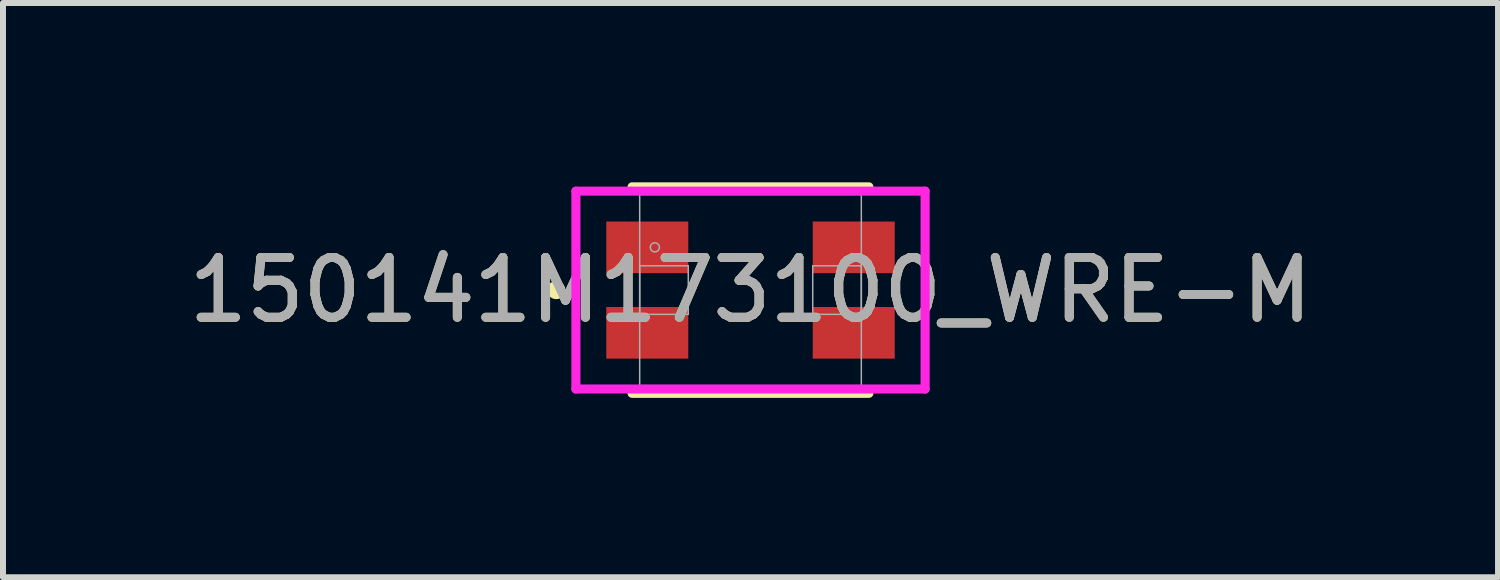
<source format=kicad_pcb>
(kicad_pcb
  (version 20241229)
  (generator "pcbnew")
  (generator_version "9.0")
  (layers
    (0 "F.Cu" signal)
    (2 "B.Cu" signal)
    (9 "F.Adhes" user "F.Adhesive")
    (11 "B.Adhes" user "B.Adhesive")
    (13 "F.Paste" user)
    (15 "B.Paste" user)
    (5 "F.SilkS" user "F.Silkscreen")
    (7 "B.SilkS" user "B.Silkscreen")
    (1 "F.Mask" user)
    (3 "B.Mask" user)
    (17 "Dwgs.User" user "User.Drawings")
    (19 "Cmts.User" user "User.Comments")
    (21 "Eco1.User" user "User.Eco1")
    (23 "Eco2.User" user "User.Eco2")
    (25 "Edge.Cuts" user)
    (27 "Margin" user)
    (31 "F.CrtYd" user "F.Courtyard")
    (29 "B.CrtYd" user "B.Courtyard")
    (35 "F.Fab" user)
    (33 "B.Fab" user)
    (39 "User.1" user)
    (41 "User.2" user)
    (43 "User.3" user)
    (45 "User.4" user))
  (footprint "150141M173100_WRE-M"
    (layer "F.Cu")
    (at 9.506 1.803)
    (property "Reference" "150141M173100_WRE-M" (at 0 0 0) (unlocked yes) (layer "F.SilkS") (effects (font (size 1 1) (thickness 0.15))))
    (attr smd)
    (fp_line (start -1.981 1.727) (end 1.981 1.727) (stroke (width 0.152) (type solid)) (layer "F.SilkS"))
    (fp_line (start 1.981 -1.727) (end -1.981 -1.727) (stroke (width 0.152) (type solid)) (layer "F.SilkS"))
    (fp_circle (center -3.251 0) (end -3.175 0) (stroke (width 0.152) (type solid)) (fill no) (layer "F.SilkS"))
    (fp_line (start -2.921 -1.655) (end 2.921 -1.655) (stroke (width 0.152) (type solid)) (layer "F.CrtYd"))
    (fp_line (start -2.921 1.655) (end -2.921 -1.655) (stroke (width 0.152) (type solid)) (layer "F.CrtYd"))
    (fp_line (start 2.921 -1.655) (end 2.921 1.655) (stroke (width 0.152) (type solid)) (layer "F.CrtYd"))
    (fp_line (start 2.921 1.655) (end -2.921 1.655) (stroke (width 0.152) (type solid)) (layer "F.CrtYd"))
    (fp_line (start -1.854 -1.6) (end -1.854 1.6) (stroke (width 0.025) (type solid)) (layer "F.Fab"))
    (fp_line (start -1.854 -0.406) (end -1.854 0.406) (stroke (width 0.025) (type solid)) (layer "F.Fab"))
    (fp_line (start -1.854 0.406) (end -1.041 0.406) (stroke (width 0.025) (type solid)) (layer "F.Fab"))
    (fp_line (start -1.854 1.6) (end 1.854 1.6) (stroke (width 0.025) (type solid)) (layer "F.Fab"))
    (fp_line (start -1.041 -0.406) (end -1.854 -0.406) (stroke (width 0.025) (type solid)) (layer "F.Fab"))
    (fp_line (start -1.041 0.406) (end -1.041 -0.406) (stroke (width 0.025) (type solid)) (layer "F.Fab"))
    (fp_line (start 1.041 -0.406) (end 1.041 0.406) (stroke (width 0.025) (type solid)) (layer "F.Fab"))
    (fp_line (start 1.041 0.406) (end 1.854 0.406) (stroke (width 0.025) (type solid)) (layer "F.Fab"))
    (fp_line (start 1.854 -1.6) (end -1.854 -1.6) (stroke (width 0.025) (type solid)) (layer "F.Fab"))
    (fp_line (start 1.854 -0.406) (end 1.041 -0.406) (stroke (width 0.025) (type solid)) (layer "F.Fab"))
    (fp_line (start 1.854 0.406) (end 1.854 -0.406) (stroke (width 0.025) (type solid)) (layer "F.Fab"))
    (fp_line (start 1.854 1.6) (end 1.854 -1.6) (stroke (width 0.025) (type solid)) (layer "F.Fab"))
    (fp_circle (center -1.6 -0.715) (end -1.524 -0.715) (stroke (width 0.025) (type solid)) (fill no) (layer "F.Fab"))
    (fp_text user "${REFERENCE}" (at 0 0 0) (unlocked yes) (layer "F.Fab") (effects (font (size 1 1) (thickness 0.15))))
    (pad "1" smd rect (at -1.727 -0.715) (size 1.372 0.864) (layers "F.Cu" "F.Mask" "F.Paste"))
    (pad "2" smd rect (at -1.727 0.715) (size 1.372 0.864) (layers "F.Cu" "F.Mask" "F.Paste"))
    (pad "3" smd rect (at 1.727 0.715) (size 1.372 0.864) (layers "F.Cu" "F.Mask" "F.Paste"))
    (pad "4" smd rect (at 1.727 -0.715) (size 1.372 0.864) (layers "F.Cu" "F.Mask" "F.Paste"))
    (zone (net_name "") (layer "F.Cu") (hatch full 0.508) (connect_pads) (min_thickness 0.254) (filled_areas_thickness no) (keepout (tracks not_allowed) (vias not_allowed) (pads allowed) (copperpour not_allowed) (footprints allowed)) (placement (enabled no)) (fill) (polygon (pts (xy 8.515 0.254) (xy 10.497 0.254) (xy 10.497 3.353) (xy 8.515 3.353)))))
  (gr_rect
    (start -3 -3)
    (end 22.012 6.607)
    (stroke (width 0.1) (type default))
    (fill no)
    (layer "Edge.Cuts")))
</source>
